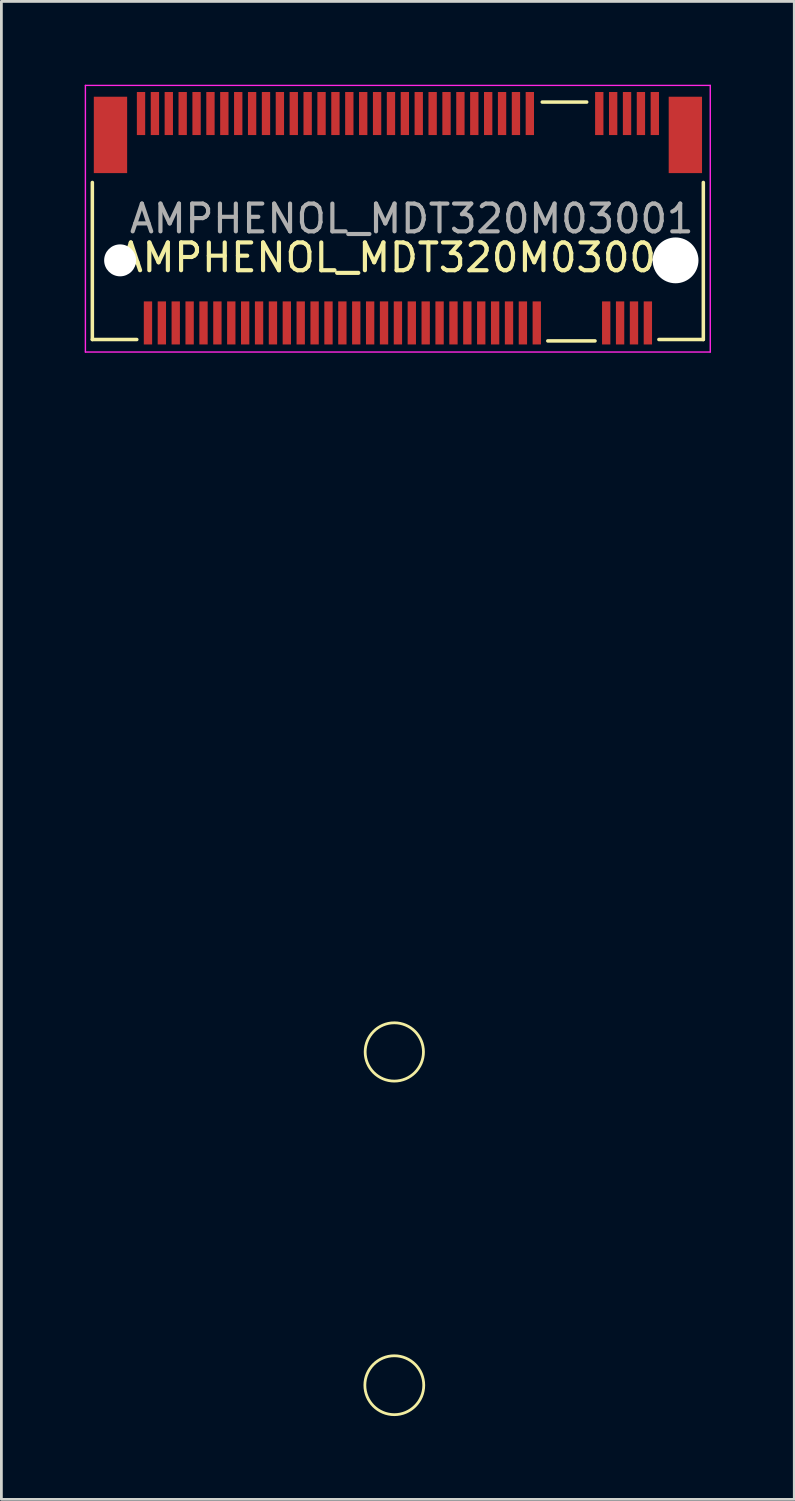
<source format=kicad_pcb>
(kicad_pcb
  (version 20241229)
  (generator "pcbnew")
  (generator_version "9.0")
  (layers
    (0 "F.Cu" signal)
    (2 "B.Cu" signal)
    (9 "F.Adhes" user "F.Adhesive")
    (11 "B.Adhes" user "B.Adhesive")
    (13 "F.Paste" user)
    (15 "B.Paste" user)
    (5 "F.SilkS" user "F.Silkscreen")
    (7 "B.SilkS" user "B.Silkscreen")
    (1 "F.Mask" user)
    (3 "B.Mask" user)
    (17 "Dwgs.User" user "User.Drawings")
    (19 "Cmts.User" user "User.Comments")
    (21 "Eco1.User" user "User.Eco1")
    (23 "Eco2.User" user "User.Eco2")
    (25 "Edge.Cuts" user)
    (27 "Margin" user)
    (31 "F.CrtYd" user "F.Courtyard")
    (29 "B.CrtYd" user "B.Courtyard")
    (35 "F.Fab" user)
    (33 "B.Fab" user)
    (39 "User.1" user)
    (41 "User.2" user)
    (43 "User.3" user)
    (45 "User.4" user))
  (footprint "AMPHENOL_MDT320M03001"
    (layer "F.Cu")
    (at 11.275 6.325)
    (property "Reference" "AMPHENOL_MDT320M03001" (at 0.1 -0.1 0) (layer "F.SilkS") (effects (font (size 1 1) (thickness 0.15))))
    (attr smd)
    (fp_line (start -11 2.85) (end -11 -2.805) (stroke (width 0.127) (type solid)) (layer "F.SilkS"))
    (fp_line (start -11 2.85) (end -9.4 2.85) (stroke (width 0.127) (type solid)) (layer "F.SilkS"))
    (fp_line (start 5.2 -5.7) (end 6.8 -5.7) (stroke (width 0.127) (type solid)) (layer "F.SilkS"))
    (fp_line (start 5.4 2.9) (end 7.1 2.9) (stroke (width 0.127) (type solid)) (layer "F.SilkS"))
    (fp_line (start 9.4 2.85) (end 11 2.85) (stroke (width 0.127) (type solid)) (layer "F.SilkS"))
    (fp_line (start 11 -2.805) (end 11 2.85) (stroke (width 0.127) (type solid)) (layer "F.SilkS"))
    (fp_circle (center -0.127 28.503) (end 0.49 29.352) (stroke (width 0.1) (type default)) (fill no) (layer "F.SilkS"))
    (fp_circle (center -0.127 40.503) (end 0.641 41.234) (stroke (width 0.1) (type default)) (fill no) (layer "F.SilkS"))
    (fp_line (start -11.25 -6.3) (end -11.25 3.3) (stroke (width 0.05) (type solid)) (layer "F.CrtYd"))
    (fp_line (start -11.25 3.3) (end 11.25 3.3) (stroke (width 0.05) (type solid)) (layer "F.CrtYd"))
    (fp_line (start 11.25 -6.3) (end -11.25 -6.3) (stroke (width 0.05) (type solid)) (layer "F.CrtYd"))
    (fp_line (start 11.25 3.3) (end 11.25 -6.3) (stroke (width 0.05) (type solid)) (layer "F.CrtYd"))
    (fp_text user "${REFERENCE}" (at 0.5 -1.5 0) (layer "F.Fab") (effects (font (size 1 1) (thickness 0.15))))
    (pad "" np_thru_hole circle (at -10 0) (size 1.15 1.15) (drill 1.15) (layers "*.Cu" "*.Mask"))
    (pad "" np_thru_hole circle (at 10 0) (size 1.65 1.65) (drill 1.65) (layers "*.Cu" "*.Mask"))
    (pad "1" smd rect (at -9.247 -5.287) (size 0.3 1.55) (layers "F.Cu" "F.Mask" "F.Paste"))
    (pad "2" smd rect (at -8.997 2.253) (size 0.3 1.55) (layers "F.Cu" "F.Mask" "F.Paste"))
    (pad "3" smd rect (at -8.747 -5.287) (size 0.3 1.55) (layers "F.Cu" "F.Mask" "F.Paste"))
    (pad "4" smd rect (at -8.497 2.253) (size 0.3 1.55) (layers "F.Cu" "F.Mask" "F.Paste"))
    (pad "5" smd rect (at -8.247 -5.287) (size 0.3 1.55) (layers "F.Cu" "F.Mask" "F.Paste"))
    (pad "6" smd rect (at -7.997 2.253) (size 0.3 1.55) (layers "F.Cu" "F.Mask" "F.Paste"))
    (pad "7" smd rect (at -7.747 -5.287) (size 0.3 1.55) (layers "F.Cu" "F.Mask" "F.Paste"))
    (pad "8" smd rect (at -7.497 2.253) (size 0.3 1.55) (layers "F.Cu" "F.Mask" "F.Paste"))
    (pad "9" smd rect (at -7.247 -5.287) (size 0.3 1.55) (layers "F.Cu" "F.Mask" "F.Paste"))
    (pad "10" smd rect (at -6.997 2.253) (size 0.3 1.55) (layers "F.Cu" "F.Mask" "F.Paste"))
    (pad "11" smd rect (at -6.747 -5.287) (size 0.3 1.55) (layers "F.Cu" "F.Mask" "F.Paste"))
    (pad "12" smd rect (at -6.497 2.253) (size 0.3 1.55) (layers "F.Cu" "F.Mask" "F.Paste"))
    (pad "13" smd rect (at -6.247 -5.287) (size 0.3 1.55) (layers "F.Cu" "F.Mask" "F.Paste"))
    (pad "14" smd rect (at -5.997 2.253) (size 0.3 1.55) (layers "F.Cu" "F.Mask" "F.Paste"))
    (pad "15" smd rect (at -5.747 -5.287) (size 0.3 1.55) (layers "F.Cu" "F.Mask" "F.Paste"))
    (pad "16" smd rect (at -5.497 2.253) (size 0.3 1.55) (layers "F.Cu" "F.Mask" "F.Paste"))
    (pad "17" smd rect (at -5.247 -5.287) (size 0.3 1.55) (layers "F.Cu" "F.Mask" "F.Paste"))
    (pad "18" smd rect (at -4.997 2.253) (size 0.3 1.55) (layers "F.Cu" "F.Mask" "F.Paste"))
    (pad "19" smd rect (at -4.747 -5.287) (size 0.3 1.55) (layers "F.Cu" "F.Mask" "F.Paste"))
    (pad "20" smd rect (at -4.497 2.253) (size 0.3 1.55) (layers "F.Cu" "F.Mask" "F.Paste"))
    (pad "21" smd rect (at -4.247 -5.287) (size 0.3 1.55) (layers "F.Cu" "F.Mask" "F.Paste"))
    (pad "22" smd rect (at -3.997 2.253) (size 0.3 1.55) (layers "F.Cu" "F.Mask" "F.Paste"))
    (pad "23" smd rect (at -3.747 -5.287) (size 0.3 1.55) (layers "F.Cu" "F.Mask" "F.Paste"))
    (pad "24" smd rect (at -3.497 2.253) (size 0.3 1.55) (layers "F.Cu" "F.Mask" "F.Paste"))
    (pad "25" smd rect (at -3.247 -5.287) (size 0.3 1.55) (layers "F.Cu" "F.Mask" "F.Paste"))
    (pad "26" smd rect (at -2.997 2.253) (size 0.3 1.55) (layers "F.Cu" "F.Mask" "F.Paste"))
    (pad "27" smd rect (at -2.747 -5.287) (size 0.3 1.55) (layers "F.Cu" "F.Mask" "F.Paste"))
    (pad "28" smd rect (at -2.497 2.253) (size 0.3 1.55) (layers "F.Cu" "F.Mask" "F.Paste"))
    (pad "29" smd rect (at -2.247 -5.287) (size 0.3 1.55) (layers "F.Cu" "F.Mask" "F.Paste"))
    (pad "30" smd rect (at -1.997 2.253) (size 0.3 1.55) (layers "F.Cu" "F.Mask" "F.Paste"))
    (pad "31" smd rect (at -1.747 -5.287) (size 0.3 1.55) (layers "F.Cu" "F.Mask" "F.Paste"))
    (pad "32" smd rect (at -1.497 2.253) (size 0.3 1.55) (layers "F.Cu" "F.Mask" "F.Paste"))
    (pad "33" smd rect (at -1.247 -5.287) (size 0.3 1.55) (layers "F.Cu" "F.Mask" "F.Paste"))
    (pad "34" smd rect (at -0.997 2.253) (size 0.3 1.55) (layers "F.Cu" "F.Mask" "F.Paste"))
    (pad "35" smd rect (at -0.747 -5.287) (size 0.3 1.55) (layers "F.Cu" "F.Mask" "F.Paste"))
    (pad "36" smd rect (at -0.497 2.253) (size 0.3 1.55) (layers "F.Cu" "F.Mask" "F.Paste"))
    (pad "37" smd rect (at -0.247 -5.287) (size 0.3 1.55) (layers "F.Cu" "F.Mask" "F.Paste"))
    (pad "38" smd rect (at 0.003 2.253) (size 0.3 1.55) (layers "F.Cu" "F.Mask" "F.Paste"))
    (pad "39" smd rect (at 0.253 -5.287) (size 0.3 1.55) (layers "F.Cu" "F.Mask" "F.Paste"))
    (pad "40" smd rect (at 0.503 2.253) (size 0.3 1.55) (layers "F.Cu" "F.Mask" "F.Paste"))
    (pad "41" smd rect (at 0.753 -5.287) (size 0.3 1.55) (layers "F.Cu" "F.Mask" "F.Paste"))
    (pad "42" smd rect (at 1.003 2.253) (size 0.3 1.55) (layers "F.Cu" "F.Mask" "F.Paste"))
    (pad "43" smd rect (at 1.253 -5.287) (size 0.3 1.55) (layers "F.Cu" "F.Mask" "F.Paste"))
    (pad "44" smd rect (at 1.503 2.253) (size 0.3 1.55) (layers "F.Cu" "F.Mask" "F.Paste"))
    (pad "45" smd rect (at 1.753 -5.287) (size 0.3 1.55) (layers "F.Cu" "F.Mask" "F.Paste"))
    (pad "46" smd rect (at 2.003 2.253) (size 0.3 1.55) (layers "F.Cu" "F.Mask" "F.Paste"))
    (pad "47" smd rect (at 2.253 -5.287) (size 0.3 1.55) (layers "F.Cu" "F.Mask" "F.Paste"))
    (pad "48" smd rect (at 2.503 2.253) (size 0.3 1.55) (layers "F.Cu" "F.Mask" "F.Paste"))
    (pad "49" smd rect (at 2.753 -5.287) (size 0.3 1.55) (layers "F.Cu" "F.Mask" "F.Paste"))
    (pad "50" smd rect (at 3.003 2.253) (size 0.3 1.55) (layers "F.Cu" "F.Mask" "F.Paste"))
    (pad "51" smd rect (at 3.253 -5.287) (size 0.3 1.55) (layers "F.Cu" "F.Mask" "F.Paste"))
    (pad "52" smd rect (at 3.503 2.253) (size 0.3 1.55) (layers "F.Cu" "F.Mask" "F.Paste"))
    (pad "53" smd rect (at 3.753 -5.287) (size 0.3 1.55) (layers "F.Cu" "F.Mask" "F.Paste"))
    (pad "54" smd rect (at 4.003 2.253) (size 0.3 1.55) (layers "F.Cu" "F.Mask" "F.Paste"))
    (pad "55" smd rect (at 4.253 -5.287) (size 0.3 1.55) (layers "F.Cu" "F.Mask" "F.Paste"))
    (pad "56" smd rect (at 4.503 2.253) (size 0.3 1.55) (layers "F.Cu" "F.Mask" "F.Paste"))
    (pad "57" smd rect (at 4.753 -5.287) (size 0.3 1.55) (layers "F.Cu" "F.Mask" "F.Paste"))
    (pad "58" smd rect (at 5.003 2.253) (size 0.3 1.55) (layers "F.Cu" "F.Mask" "F.Paste"))
    (pad "67" smd rect (at 7.253 -5.287) (size 0.3 1.55) (layers "F.Cu" "F.Mask" "F.Paste"))
    (pad "68" smd rect (at 7.503 2.253) (size 0.3 1.55) (layers "F.Cu" "F.Mask" "F.Paste"))
    (pad "69" smd rect (at 7.753 -5.287) (size 0.3 1.55) (layers "F.Cu" "F.Mask" "F.Paste"))
    (pad "70" smd rect (at 8.003 2.253) (size 0.3 1.55) (layers "F.Cu" "F.Mask" "F.Paste"))
    (pad "71" smd rect (at 8.253 -5.287) (size 0.3 1.55) (layers "F.Cu" "F.Mask" "F.Paste"))
    (pad "72" smd rect (at 8.503 2.253) (size 0.3 1.55) (layers "F.Cu" "F.Mask" "F.Paste"))
    (pad "73" smd rect (at 8.753 -5.287) (size 0.3 1.55) (layers "F.Cu" "F.Mask" "F.Paste"))
    (pad "74" smd rect (at 9.003 2.253) (size 0.3 1.55) (layers "F.Cu" "F.Mask" "F.Paste"))
    (pad "75" smd rect (at 9.253 -5.287) (size 0.3 1.55) (layers "F.Cu" "F.Mask" "F.Paste"))
    (pad "76" smd rect (at 10.353 -4.517) (size 1.2 2.75) (layers "F.Cu" "F.Mask" "F.Paste"))
    (pad "77" smd rect (at -10.347 -4.517) (size 1.2 2.75) (layers "F.Cu" "F.Mask" "F.Paste")))
  (gr_rect
    (start -3 -3)
    (end 25.55 50.938)
    (stroke (width 0.1) (type default))
    (fill no)
    (layer "Edge.Cuts")))
</source>
